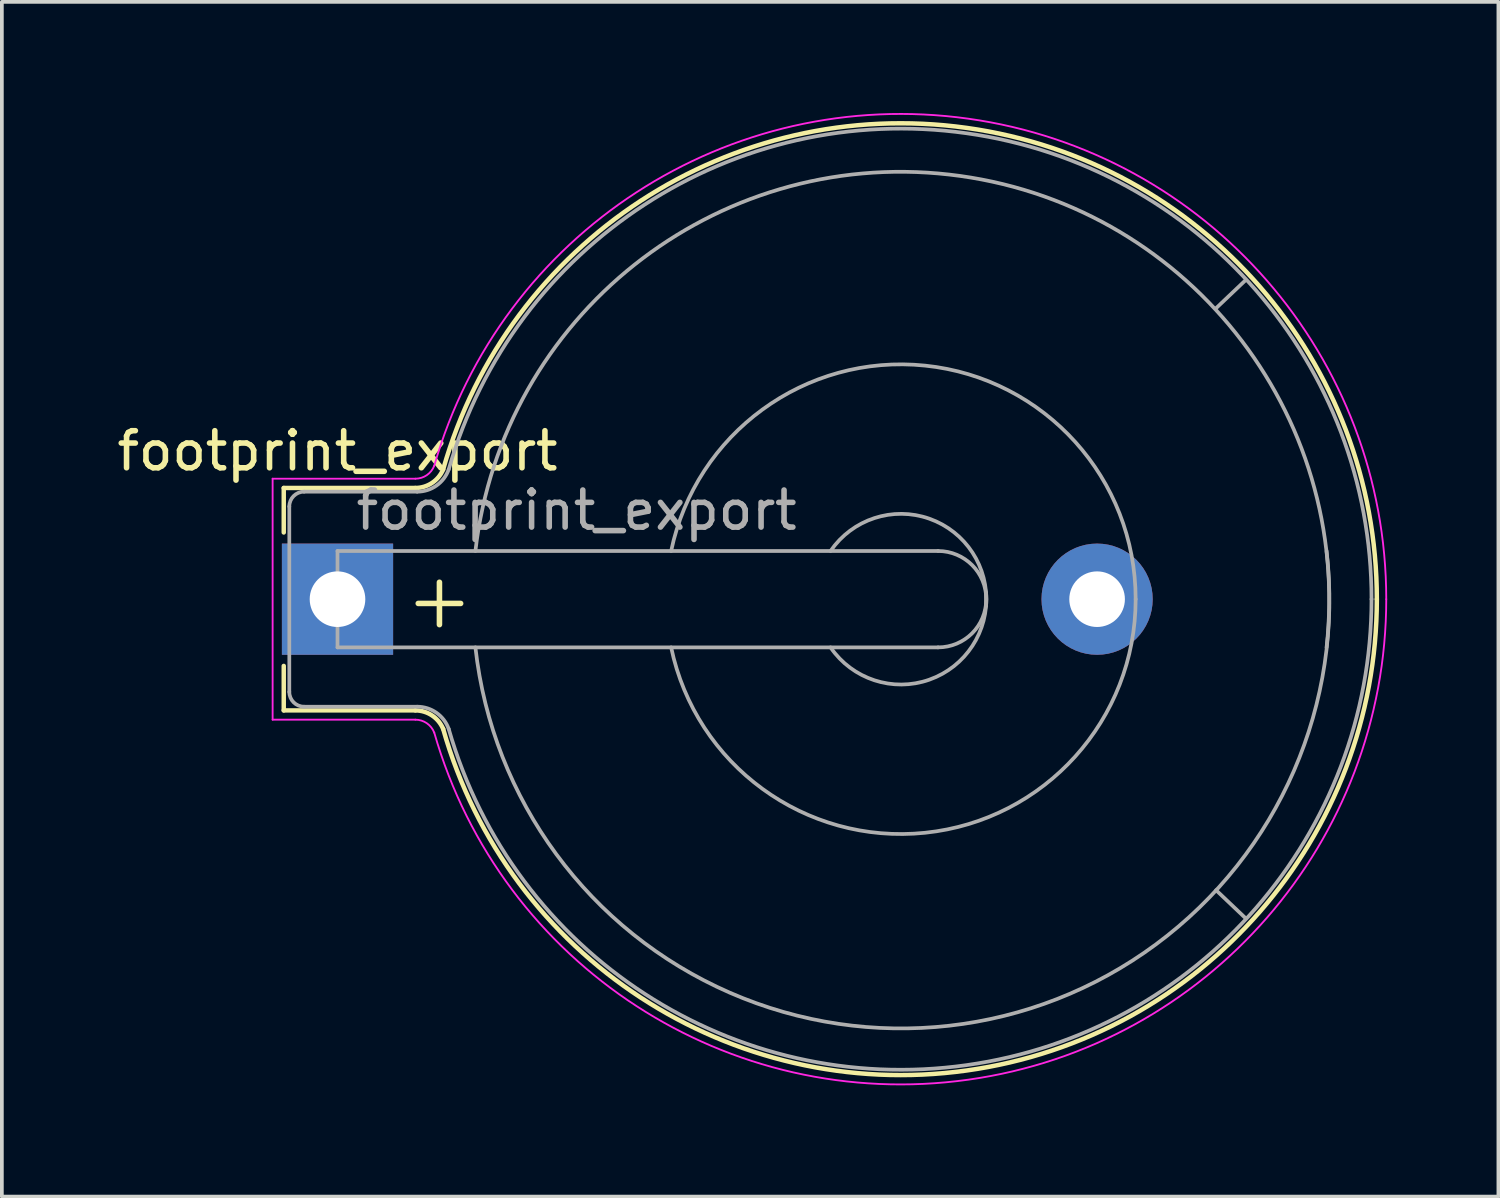
<source format=kicad_pcb>
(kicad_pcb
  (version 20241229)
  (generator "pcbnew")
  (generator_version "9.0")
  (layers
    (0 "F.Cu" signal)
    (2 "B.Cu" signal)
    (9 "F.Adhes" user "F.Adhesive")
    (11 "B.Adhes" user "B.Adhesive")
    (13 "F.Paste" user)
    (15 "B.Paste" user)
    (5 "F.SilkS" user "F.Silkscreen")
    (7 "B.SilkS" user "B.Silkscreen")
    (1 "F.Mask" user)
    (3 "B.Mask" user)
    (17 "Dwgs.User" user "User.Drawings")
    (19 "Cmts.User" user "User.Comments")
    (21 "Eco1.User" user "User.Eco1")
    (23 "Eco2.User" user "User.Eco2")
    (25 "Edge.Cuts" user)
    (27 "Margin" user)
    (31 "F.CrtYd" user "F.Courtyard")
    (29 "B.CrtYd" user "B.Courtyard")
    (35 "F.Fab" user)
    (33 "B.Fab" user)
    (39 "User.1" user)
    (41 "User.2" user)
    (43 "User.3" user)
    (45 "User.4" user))
  (footprint "footprint_export"
    (layer "F.Cu")
    (at 6.054 13.113)
    (property "Reference" "footprint_export" (at 0 -4 0) (layer "F.SilkS") (effects (font (size 1 1) (thickness 0.15))))
    (attr through_hole)
    (fp_line (start -1.45 -3) (end 2.1 -3) (stroke (width 0.12) (type solid)) (layer "F.SilkS"))
    (fp_line (start -1.45 -1.8) (end -1.45 -3) (stroke (width 0.12) (type solid)) (layer "F.SilkS"))
    (fp_line (start -1.45 1.8) (end -1.45 3) (stroke (width 0.12) (type solid)) (layer "F.SilkS"))
    (fp_line (start -1.45 3) (end 2.1 3) (stroke (width 0.12) (type solid)) (layer "F.SilkS"))
    (fp_arc (start 2.1 3) (mid 2.550694 3.136459) (end 2.85 3.5) (stroke (width 0.12) (type solid)) (layer "F.SilkS"))
    (fp_arc (start 2.85 -3.5) (mid 2.550694 -3.136459) (end 2.1 -3) (stroke (width 0.12) (type solid)) (layer "F.SilkS"))
    (fp_arc (start 2.85 -3.5) (mid 16.966716 -12.714122) (end 28.03617 0) (stroke (width 0.12) (type solid)) (layer "F.SilkS"))
    (fp_arc (start 28.03617 0) (mid 16.966716 12.714122) (end 2.85 3.5) (stroke (width 0.12) (type solid)) (layer "F.SilkS"))
    (fp_line (start -1.75 -3.25) (end 2.1 -3.25) (stroke (width 0.05) (type solid)) (layer "F.CrtYd"))
    (fp_line (start -1.75 3.25) (end -1.75 -3.25) (stroke (width 0.05) (type solid)) (layer "F.CrtYd"))
    (fp_line (start -1.75 3.25) (end 2.1 3.25) (stroke (width 0.05) (type solid)) (layer "F.CrtYd"))
    (fp_arc (start 2.1 3.25) (mid 2.409273 3.345916) (end 2.61 3.6) (stroke (width 0.05) (type solid)) (layer "F.CrtYd"))
    (fp_arc (start 2.61 -3.6) (mid 2.409273 -3.345916) (end 2.1 -3.25) (stroke (width 0.05) (type solid)) (layer "F.CrtYd"))
    (fp_arc (start 2.61 -3.6) (mid 17.014716 -12.961641) (end 28.29 0) (stroke (width 0.05) (type solid)) (layer "F.CrtYd"))
    (fp_arc (start 28.29 0) (mid 17.014716 12.961641) (end 2.61 3.6) (stroke (width 0.05) (type solid)) (layer "F.CrtYd"))
    (fp_line (start -1.3 -2.5) (end -1.3 2.5) (stroke (width 0.1) (type solid)) (layer "F.Fab"))
    (fp_line (start -0.9 2.9) (end 2.15 2.9) (stroke (width 0.1) (type solid)) (layer "F.Fab"))
    (fp_line (start 0 -1.3) (end 0 1.3) (stroke (width 0.1) (type solid)) (layer "F.Fab"))
    (fp_line (start 0 1.3) (end 16.2 1.3) (stroke (width 0.1) (type solid)) (layer "F.Fab"))
    (fp_line (start 2.15 -2.9) (end -0.9 -2.9) (stroke (width 0.1) (type solid)) (layer "F.Fab"))
    (fp_line (start 16.2 -1.3) (end 0 -1.3) (stroke (width 0.1) (type solid)) (layer "F.Fab"))
    (fp_line (start 23.7 -7.85) (end 24.5 -8.61) (stroke (width 0.1) (type solid)) (layer "F.Fab"))
    (fp_line (start 23.7 7.85) (end 24.5 8.61) (stroke (width 0.1) (type solid)) (layer "F.Fab"))
    (fp_arc (start -1.3 -2.5) (mid -1.182843 -2.782843) (end -0.9 -2.9) (stroke (width 0.1) (type solid)) (layer "F.Fab"))
    (fp_arc (start -0.9 2.9) (mid -1.182843 2.782843) (end -1.3 2.5) (stroke (width 0.1) (type solid)) (layer "F.Fab"))
    (fp_arc (start 2.15 2.9) (mid 2.670216 3.06511) (end 3 3.5) (stroke (width 0.1) (type solid)) (layer "F.Fab"))
    (fp_arc (start 3 -3.5) (mid 2.670217 -3.06511) (end 2.15 -2.9) (stroke (width 0.1) (type solid)) (layer "F.Fab"))
    (fp_arc (start 3 -3.5) (mid 16.968026 -12.568376) (end 27.892123 0.00164) (stroke (width 0.1) (type solid)) (layer "F.Fab"))
    (fp_arc (start 3.72 -1.3) (mid 16.5 -11.48) (end 26.68 1.3) (stroke (width 0.1) (type solid)) (layer "F.Fab"))
    (fp_arc (start 9 -1.3) (mid 15.851289 -6.300938) (end 21.53 0) (stroke (width 0.1) (type solid)) (layer "F.Fab"))
    (fp_arc (start 13.3 -1.3) (mid 15.963947 -2.171724) (end 17.495448 0.175833) (stroke (width 0.1) (type solid)) (layer "F.Fab"))
    (fp_arc (start 16.2 -1.3) (mid 17.5 0) (end 16.2 1.3) (stroke (width 0.1) (type solid)) (layer "F.Fab"))
    (fp_arc (start 17.495448 -0.175833) (mid 15.963947 2.171724) (end 13.3 1.3) (stroke (width 0.1) (type solid)) (layer "F.Fab"))
    (fp_arc (start 21.53 0) (mid 15.851292 6.300937) (end 9 1.3) (stroke (width 0.1) (type solid)) (layer "F.Fab"))
    (fp_arc (start 26.68 -1.3) (mid 16.5 11.48) (end 3.72 1.3) (stroke (width 0.1) (type solid)) (layer "F.Fab"))
    (fp_arc (start 27.892123 -0.00164) (mid 16.968026 12.568376) (end 3 3.5) (stroke (width 0.1) (type solid)) (layer "F.Fab"))
    (fp_text user "+" (at 2.75 0 0) (layer "F.SilkS") (effects (font (size 1.5 1.5) (thickness 0.15))))
    (fp_text user "${REFERENCE}" (at 6.45 -2.4 0) (layer "F.Fab") (effects (font (size 1 1) (thickness 0.15))))
    (pad "1" thru_hole rect (at 0 0) (size 3 3) (drill 1.5) (layers "*.Cu" "*.Mask"))
    (pad "2" thru_hole circle (at 20.49 0) (size 3 3) (drill 1.5) (layers "*.Cu" "*.Mask")))
  (gr_rect
    (start -3 -3)
    (end 37.369 29.227)
    (stroke (width 0.1) (type default))
    (fill no)
    (layer "Edge.Cuts")))
</source>
